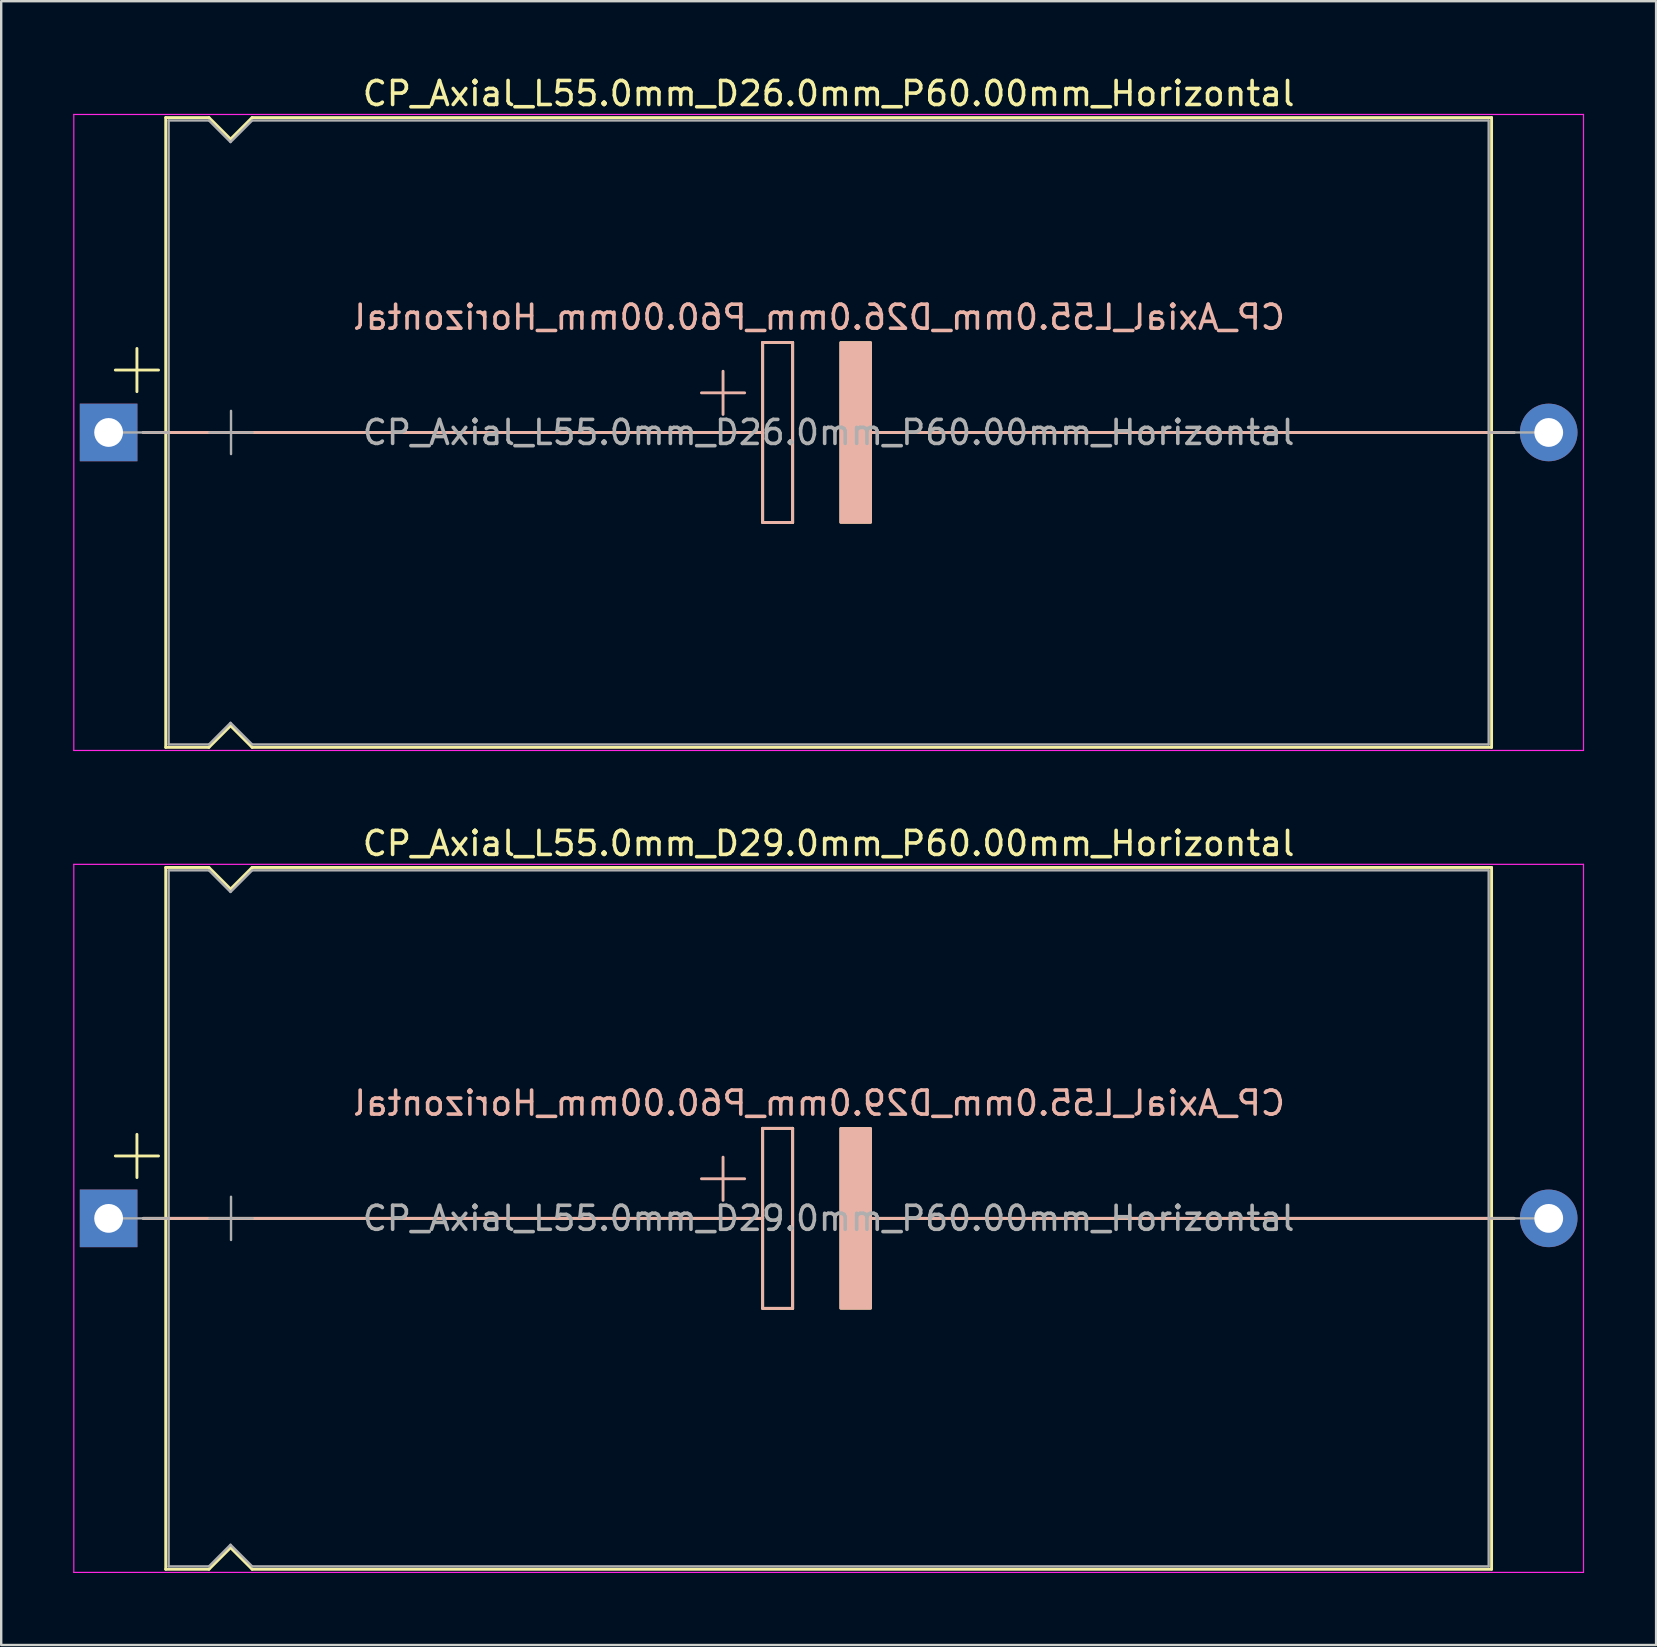
<source format=kicad_pcb>
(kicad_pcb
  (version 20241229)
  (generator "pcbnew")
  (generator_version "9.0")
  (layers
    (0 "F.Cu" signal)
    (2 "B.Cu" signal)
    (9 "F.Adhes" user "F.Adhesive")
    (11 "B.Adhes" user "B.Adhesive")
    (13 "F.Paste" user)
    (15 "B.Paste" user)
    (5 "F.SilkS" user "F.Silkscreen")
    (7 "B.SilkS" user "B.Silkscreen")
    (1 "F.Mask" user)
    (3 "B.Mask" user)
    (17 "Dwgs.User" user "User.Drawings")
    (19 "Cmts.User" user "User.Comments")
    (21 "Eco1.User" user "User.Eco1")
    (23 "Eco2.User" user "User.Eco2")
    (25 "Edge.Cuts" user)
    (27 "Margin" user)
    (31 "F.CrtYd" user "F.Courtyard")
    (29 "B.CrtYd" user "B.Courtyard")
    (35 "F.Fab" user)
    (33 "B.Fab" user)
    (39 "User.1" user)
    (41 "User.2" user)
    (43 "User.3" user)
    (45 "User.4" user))
  (footprint "CP_Axial_L55.0mm_D26.0mm_P60.00mm_Horizontal"
    (layer "F.Cu")
    (at 1.475 14.968)
    (property "Reference" "CP_Axial_L55.0mm_D26.0mm_P60.00mm_Horizontal" (at 30 -14.12 0) (layer "F.SilkS") (effects (font (size 1 1) (thickness 0.15))))
    (fp_line (start 0.28 -2.6) (end 2.08 -2.6) (stroke (width 0.12) (type solid)) (layer "F.SilkS"))
    (fp_line (start 1.18 -3.5) (end 1.18 -1.7) (stroke (width 0.12) (type solid)) (layer "F.SilkS"))
    (fp_line (start 1.44 0) (end 2.38 0) (stroke (width 0.12) (type solid)) (layer "F.SilkS"))
    (fp_line (start 2.38 -13.12) (end 2.38 13.12) (stroke (width 0.12) (type solid)) (layer "F.SilkS"))
    (fp_line (start 2.38 -13.12) (end 4.18 -13.12) (stroke (width 0.12) (type solid)) (layer "F.SilkS"))
    (fp_line (start 2.38 0) (end 27.25 0) (stroke (width 0.12) (type solid)) (layer "F.SilkS"))
    (fp_line (start 2.38 13.12) (end 4.18 13.12) (stroke (width 0.12) (type solid)) (layer "F.SilkS"))
    (fp_line (start 4.18 -13.12) (end 5.08 -12.22) (stroke (width 0.12) (type solid)) (layer "F.SilkS"))
    (fp_line (start 4.18 13.12) (end 5.08 12.22) (stroke (width 0.12) (type solid)) (layer "F.SilkS"))
    (fp_line (start 5.08 -12.22) (end 5.98 -13.12) (stroke (width 0.12) (type solid)) (layer "F.SilkS"))
    (fp_line (start 5.08 12.22) (end 5.98 13.12) (stroke (width 0.12) (type solid)) (layer "F.SilkS"))
    (fp_line (start 5.98 -13.12) (end 57.62 -13.12) (stroke (width 0.12) (type solid)) (layer "F.SilkS"))
    (fp_line (start 5.98 13.12) (end 57.62 13.12) (stroke (width 0.12) (type solid)) (layer "F.SilkS"))
    (fp_line (start 27.25 -3.75) (end 28.5 -3.75) (stroke (width 0.12) (type solid)) (layer "F.SilkS"))
    (fp_line (start 27.25 0) (end 27.25 -3.75) (stroke (width 0.12) (type solid)) (layer "F.SilkS"))
    (fp_line (start 27.25 3.75) (end 27.25 0) (stroke (width 0.12) (type solid)) (layer "F.SilkS"))
    (fp_line (start 28.5 -3.75) (end 28.5 3.75) (stroke (width 0.12) (type solid)) (layer "F.SilkS"))
    (fp_line (start 28.5 3.75) (end 27.25 3.75) (stroke (width 0.12) (type solid)) (layer "F.SilkS"))
    (fp_line (start 31.75 0) (end 57.62 0) (stroke (width 0.12) (type solid)) (layer "F.SilkS"))
    (fp_line (start 57.62 -13.12) (end 57.62 13.12) (stroke (width 0.12) (type solid)) (layer "F.SilkS"))
    (fp_line (start 58.56 0) (end 57.62 0) (stroke (width 0.12) (type solid)) (layer "F.SilkS"))
    (fp_poly (pts (xy 31.75 3.75) (xy 30.5 3.75) (xy 30.5 -3.75) (xy 31.75 -3.75)) (stroke (width 0.1) (type solid)) (fill yes) (layer "F.SilkS"))
    (fp_line (start 1.45 0) (end 20.38 0) (stroke (width 0.12) (type solid)) (layer "B.SilkS"))
    (fp_line (start 20.38 0) (end 27.25 0) (stroke (width 0.12) (type solid)) (layer "B.SilkS"))
    (fp_line (start 25.6 -2.55) (end 25.6 -0.75) (stroke (width 0.12) (type solid)) (layer "B.SilkS"))
    (fp_line (start 26.5 -1.65) (end 24.7 -1.65) (stroke (width 0.12) (type solid)) (layer "B.SilkS"))
    (fp_line (start 27.25 -3.75) (end 28.5 -3.75) (stroke (width 0.12) (type solid)) (layer "B.SilkS"))
    (fp_line (start 27.25 0) (end 27.25 -3.75) (stroke (width 0.12) (type solid)) (layer "B.SilkS"))
    (fp_line (start 27.25 3.75) (end 27.25 0) (stroke (width 0.12) (type solid)) (layer "B.SilkS"))
    (fp_line (start 28.5 -3.75) (end 28.5 3.75) (stroke (width 0.12) (type solid)) (layer "B.SilkS"))
    (fp_line (start 28.5 3.75) (end 27.25 3.75) (stroke (width 0.12) (type solid)) (layer "B.SilkS"))
    (fp_line (start 31.75 0) (end 38.62 0) (stroke (width 0.12) (type solid)) (layer "B.SilkS"))
    (fp_line (start 58.55 0) (end 38.62 0) (stroke (width 0.12) (type solid)) (layer "B.SilkS"))
    (fp_poly (pts (xy 31.75 3.75) (xy 30.5 3.75) (xy 30.5 -3.75) (xy 31.75 -3.75)) (stroke (width 0.1) (type solid)) (fill yes) (layer "B.SilkS"))
    (fp_line (start -1.45 -13.25) (end -1.45 13.25) (stroke (width 0.05) (type solid)) (layer "F.CrtYd"))
    (fp_line (start -1.45 13.25) (end 61.45 13.25) (stroke (width 0.05) (type solid)) (layer "F.CrtYd"))
    (fp_line (start 61.45 -13.25) (end -1.45 -13.25) (stroke (width 0.05) (type solid)) (layer "F.CrtYd"))
    (fp_line (start 61.45 13.25) (end 61.45 -13.25) (stroke (width 0.05) (type solid)) (layer "F.CrtYd"))
    (fp_line (start 0 0) (end 2.5 0) (stroke (width 0.1) (type solid)) (layer "F.Fab"))
    (fp_line (start 2.5 -13) (end 2.5 13) (stroke (width 0.1) (type solid)) (layer "F.Fab"))
    (fp_line (start 2.5 -13) (end 4.18 -13) (stroke (width 0.1) (type solid)) (layer "F.Fab"))
    (fp_line (start 2.5 13) (end 4.18 13) (stroke (width 0.1) (type solid)) (layer "F.Fab"))
    (fp_line (start 4.18 -13) (end 5.08 -12.1) (stroke (width 0.1) (type solid)) (layer "F.Fab"))
    (fp_line (start 4.18 13) (end 5.08 12.1) (stroke (width 0.1) (type solid)) (layer "F.Fab"))
    (fp_line (start 4.2 0) (end 6 0) (stroke (width 0.1) (type solid)) (layer "F.Fab"))
    (fp_line (start 5.08 -12.1) (end 5.98 -13) (stroke (width 0.1) (type solid)) (layer "F.Fab"))
    (fp_line (start 5.08 12.1) (end 5.98 13) (stroke (width 0.1) (type solid)) (layer "F.Fab"))
    (fp_line (start 5.1 -0.9) (end 5.1 0.9) (stroke (width 0.1) (type solid)) (layer "F.Fab"))
    (fp_line (start 5.98 -13) (end 57.5 -13) (stroke (width 0.1) (type solid)) (layer "F.Fab"))
    (fp_line (start 5.98 13) (end 57.5 13) (stroke (width 0.1) (type solid)) (layer "F.Fab"))
    (fp_line (start 57.5 -13) (end 57.5 13) (stroke (width 0.1) (type solid)) (layer "F.Fab"))
    (fp_line (start 60 0) (end 57.5 0) (stroke (width 0.1) (type solid)) (layer "F.Fab"))
    (fp_text user "${REFERENCE}" (at 29.6 -4.8 0) (layer "B.SilkS") (effects (font (size 1 1) (thickness 0.15)) (justify mirror)))
    (fp_text user "${REFERENCE}" (at 30 0 0) (layer "F.Fab") (effects (font (size 1 1) (thickness 0.15))))
    (pad "1" thru_hole rect (at 0 0) (size 2.4 2.4) (drill 1.2) (layers "*.Cu" "*.Mask"))
    (pad "2" thru_hole oval (at 60 0) (size 2.4 2.4) (drill 1.2) (layers "*.Cu" "*.Mask")))
  (footprint "CP_Axial_L55.0mm_D29.0mm_P60.00mm_Horizontal"
    (layer "F.Cu")
    (at 1.475 47.712)
    (property "Reference" "CP_Axial_L55.0mm_D29.0mm_P60.00mm_Horizontal" (at 30 -15.62 0) (layer "F.SilkS") (effects (font (size 1 1) (thickness 0.15))))
    (fp_line (start 0.28 -2.6) (end 2.08 -2.6) (stroke (width 0.12) (type solid)) (layer "F.SilkS"))
    (fp_line (start 1.18 -3.5) (end 1.18 -1.7) (stroke (width 0.12) (type solid)) (layer "F.SilkS"))
    (fp_line (start 1.44 0) (end 2.38 0) (stroke (width 0.12) (type solid)) (layer "F.SilkS"))
    (fp_line (start 2.38 -14.62) (end 2.38 14.62) (stroke (width 0.12) (type solid)) (layer "F.SilkS"))
    (fp_line (start 2.38 -14.62) (end 4.18 -14.62) (stroke (width 0.12) (type solid)) (layer "F.SilkS"))
    (fp_line (start 2.38 0) (end 27.25 0) (stroke (width 0.12) (type solid)) (layer "F.SilkS"))
    (fp_line (start 2.38 14.62) (end 4.18 14.62) (stroke (width 0.12) (type solid)) (layer "F.SilkS"))
    (fp_line (start 4.18 -14.62) (end 5.08 -13.72) (stroke (width 0.12) (type solid)) (layer "F.SilkS"))
    (fp_line (start 4.18 14.62) (end 5.08 13.72) (stroke (width 0.12) (type solid)) (layer "F.SilkS"))
    (fp_line (start 5.08 -13.72) (end 5.98 -14.62) (stroke (width 0.12) (type solid)) (layer "F.SilkS"))
    (fp_line (start 5.08 13.72) (end 5.98 14.62) (stroke (width 0.12) (type solid)) (layer "F.SilkS"))
    (fp_line (start 5.98 -14.62) (end 57.62 -14.62) (stroke (width 0.12) (type solid)) (layer "F.SilkS"))
    (fp_line (start 5.98 14.62) (end 57.62 14.62) (stroke (width 0.12) (type solid)) (layer "F.SilkS"))
    (fp_line (start 27.25 -3.75) (end 28.5 -3.75) (stroke (width 0.12) (type solid)) (layer "F.SilkS"))
    (fp_line (start 27.25 0) (end 27.25 -3.75) (stroke (width 0.12) (type solid)) (layer "F.SilkS"))
    (fp_line (start 27.25 3.75) (end 27.25 0) (stroke (width 0.12) (type solid)) (layer "F.SilkS"))
    (fp_line (start 28.5 -3.75) (end 28.5 3.75) (stroke (width 0.12) (type solid)) (layer "F.SilkS"))
    (fp_line (start 28.5 3.75) (end 27.25 3.75) (stroke (width 0.12) (type solid)) (layer "F.SilkS"))
    (fp_line (start 31.75 0) (end 57.62 0) (stroke (width 0.12) (type solid)) (layer "F.SilkS"))
    (fp_line (start 57.62 -14.62) (end 57.62 14.62) (stroke (width 0.12) (type solid)) (layer "F.SilkS"))
    (fp_line (start 58.56 0) (end 57.62 0) (stroke (width 0.12) (type solid)) (layer "F.SilkS"))
    (fp_poly (pts (xy 31.75 3.75) (xy 30.5 3.75) (xy 30.5 -3.75) (xy 31.75 -3.75)) (stroke (width 0.1) (type solid)) (fill yes) (layer "F.SilkS"))
    (fp_line (start 1.45 0) (end 20.38 0) (stroke (width 0.12) (type solid)) (layer "B.SilkS"))
    (fp_line (start 20.38 0) (end 27.25 0) (stroke (width 0.12) (type solid)) (layer "B.SilkS"))
    (fp_line (start 25.6 -2.55) (end 25.6 -0.75) (stroke (width 0.12) (type solid)) (layer "B.SilkS"))
    (fp_line (start 26.5 -1.65) (end 24.7 -1.65) (stroke (width 0.12) (type solid)) (layer "B.SilkS"))
    (fp_line (start 27.25 -3.75) (end 28.5 -3.75) (stroke (width 0.12) (type solid)) (layer "B.SilkS"))
    (fp_line (start 27.25 0) (end 27.25 -3.75) (stroke (width 0.12) (type solid)) (layer "B.SilkS"))
    (fp_line (start 27.25 3.75) (end 27.25 0) (stroke (width 0.12) (type solid)) (layer "B.SilkS"))
    (fp_line (start 28.5 -3.75) (end 28.5 3.75) (stroke (width 0.12) (type solid)) (layer "B.SilkS"))
    (fp_line (start 28.5 3.75) (end 27.25 3.75) (stroke (width 0.12) (type solid)) (layer "B.SilkS"))
    (fp_line (start 31.75 0) (end 38.62 0) (stroke (width 0.12) (type solid)) (layer "B.SilkS"))
    (fp_line (start 58.55 0) (end 38.62 0) (stroke (width 0.12) (type solid)) (layer "B.SilkS"))
    (fp_poly (pts (xy 31.75 3.75) (xy 30.5 3.75) (xy 30.5 -3.75) (xy 31.75 -3.75)) (stroke (width 0.1) (type solid)) (fill yes) (layer "B.SilkS"))
    (fp_line (start -1.45 -14.75) (end -1.45 14.75) (stroke (width 0.05) (type solid)) (layer "F.CrtYd"))
    (fp_line (start -1.45 14.75) (end 61.45 14.75) (stroke (width 0.05) (type solid)) (layer "F.CrtYd"))
    (fp_line (start 61.45 -14.75) (end -1.45 -14.75) (stroke (width 0.05) (type solid)) (layer "F.CrtYd"))
    (fp_line (start 61.45 14.75) (end 61.45 -14.75) (stroke (width 0.05) (type solid)) (layer "F.CrtYd"))
    (fp_line (start 0 0) (end 2.5 0) (stroke (width 0.1) (type solid)) (layer "F.Fab"))
    (fp_line (start 2.5 -14.5) (end 2.5 14.5) (stroke (width 0.1) (type solid)) (layer "F.Fab"))
    (fp_line (start 2.5 -14.5) (end 4.18 -14.5) (stroke (width 0.1) (type solid)) (layer "F.Fab"))
    (fp_line (start 2.5 14.5) (end 4.18 14.5) (stroke (width 0.1) (type solid)) (layer "F.Fab"))
    (fp_line (start 4.18 -14.5) (end 5.08 -13.6) (stroke (width 0.1) (type solid)) (layer "F.Fab"))
    (fp_line (start 4.18 14.5) (end 5.08 13.6) (stroke (width 0.1) (type solid)) (layer "F.Fab"))
    (fp_line (start 4.2 0) (end 6 0) (stroke (width 0.1) (type solid)) (layer "F.Fab"))
    (fp_line (start 5.08 -13.6) (end 5.98 -14.5) (stroke (width 0.1) (type solid)) (layer "F.Fab"))
    (fp_line (start 5.08 13.6) (end 5.98 14.5) (stroke (width 0.1) (type solid)) (layer "F.Fab"))
    (fp_line (start 5.1 -0.9) (end 5.1 0.9) (stroke (width 0.1) (type solid)) (layer "F.Fab"))
    (fp_line (start 5.98 -14.5) (end 57.5 -14.5) (stroke (width 0.1) (type solid)) (layer "F.Fab"))
    (fp_line (start 5.98 14.5) (end 57.5 14.5) (stroke (width 0.1) (type solid)) (layer "F.Fab"))
    (fp_line (start 57.5 -14.5) (end 57.5 14.5) (stroke (width 0.1) (type solid)) (layer "F.Fab"))
    (fp_line (start 60 0) (end 57.5 0) (stroke (width 0.1) (type solid)) (layer "F.Fab"))
    (fp_text user "${REFERENCE}" (at 29.6 -4.8 0) (layer "B.SilkS") (effects (font (size 1 1) (thickness 0.15)) (justify mirror)))
    (fp_text user "${REFERENCE}" (at 30 0 0) (layer "F.Fab") (effects (font (size 1 1) (thickness 0.15))))
    (pad "1" thru_hole rect (at 0 0) (size 2.4 2.4) (drill 1.2) (layers "*.Cu" "*.Mask"))
    (pad "2" thru_hole oval (at 60 0) (size 2.4 2.4) (drill 1.2) (layers "*.Cu" "*.Mask")))
  (gr_rect
    (start -3 -3)
    (end 65.95 65.487)
    (stroke (width 0.1) (type default))
    (fill no)
    (layer "Edge.Cuts")))
</source>
